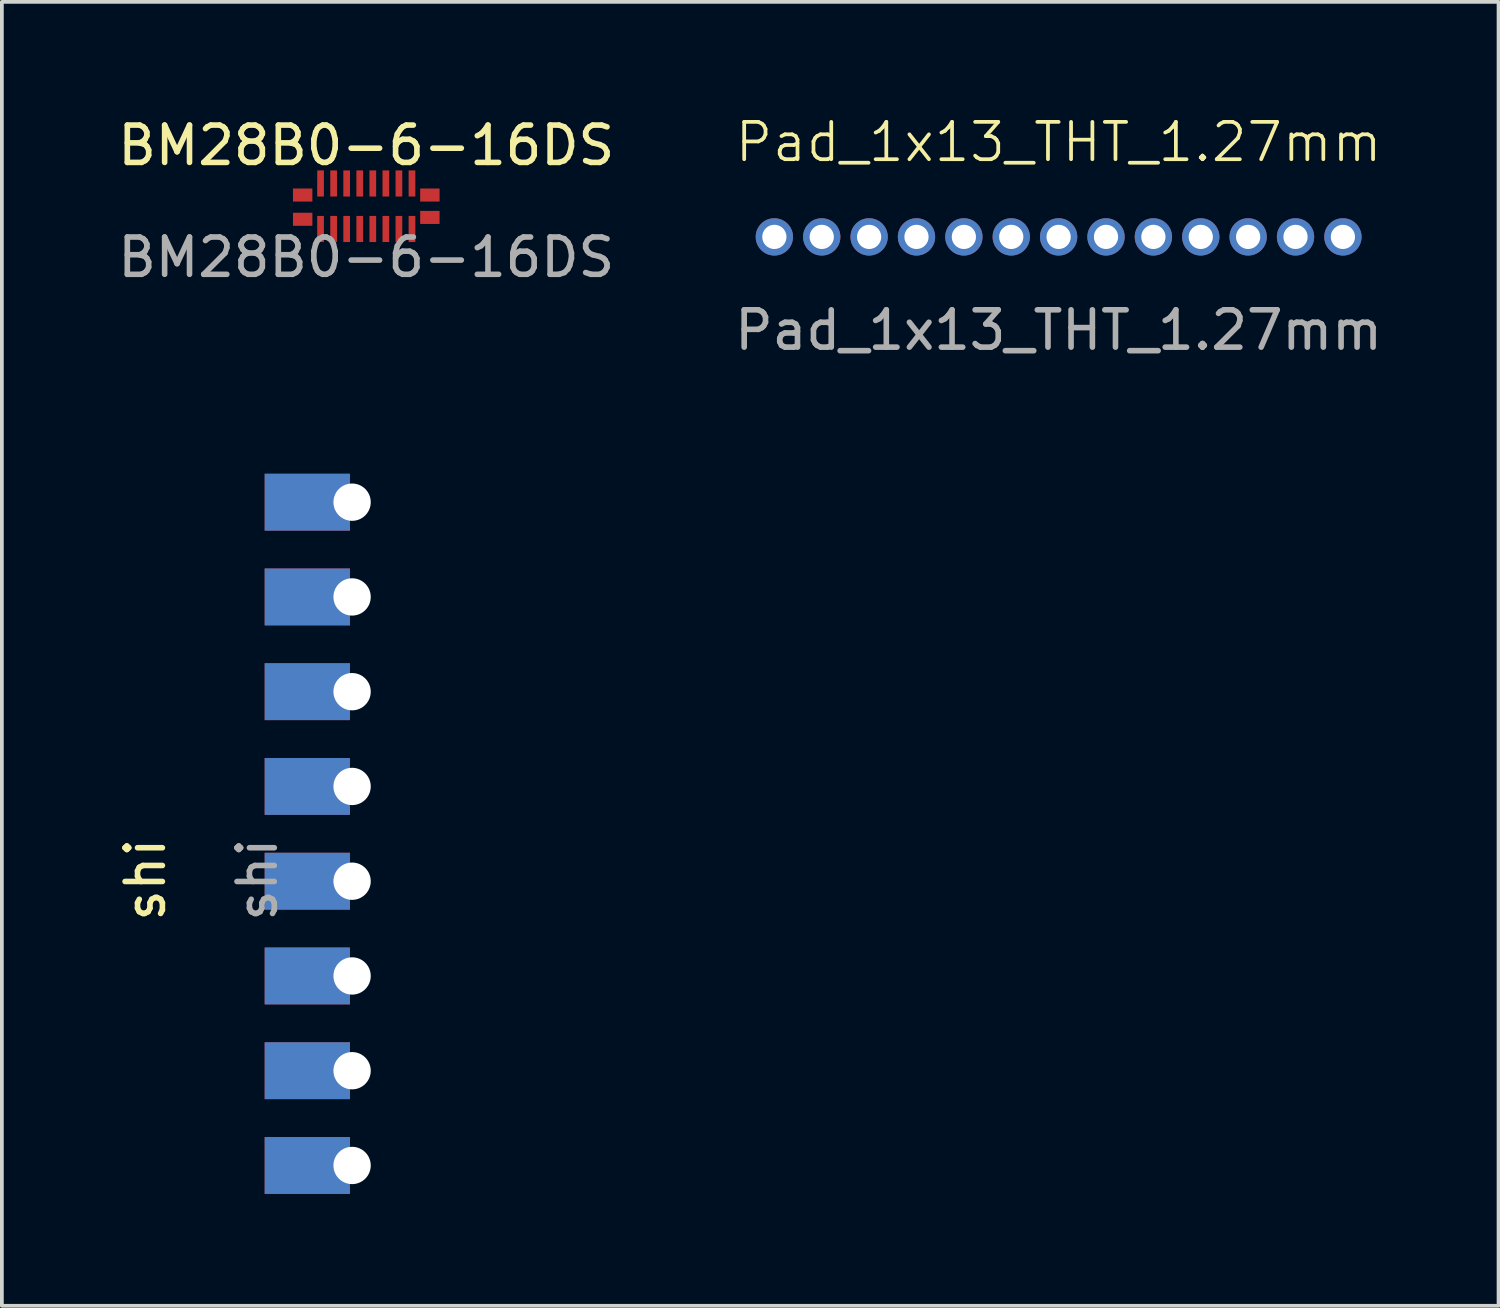
<source format=kicad_pcb>
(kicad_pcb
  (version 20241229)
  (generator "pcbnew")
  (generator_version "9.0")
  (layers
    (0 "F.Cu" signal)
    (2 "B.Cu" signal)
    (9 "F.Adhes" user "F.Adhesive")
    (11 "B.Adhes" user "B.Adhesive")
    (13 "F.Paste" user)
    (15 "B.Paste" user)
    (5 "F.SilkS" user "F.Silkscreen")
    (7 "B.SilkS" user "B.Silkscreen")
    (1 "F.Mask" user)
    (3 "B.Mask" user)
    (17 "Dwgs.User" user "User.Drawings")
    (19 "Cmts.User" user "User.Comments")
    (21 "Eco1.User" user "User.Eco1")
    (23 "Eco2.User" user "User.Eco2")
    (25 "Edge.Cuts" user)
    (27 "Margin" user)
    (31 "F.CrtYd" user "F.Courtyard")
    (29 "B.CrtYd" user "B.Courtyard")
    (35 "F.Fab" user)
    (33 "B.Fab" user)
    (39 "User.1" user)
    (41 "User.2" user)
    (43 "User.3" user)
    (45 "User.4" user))
  (footprint "BM28B0-6-16DS"
    (layer "F.Cu")
    (at 6.768 2.478)
    (property "Reference" "BM28B0-6-16DS" (at 0 -1.63 0) (unlocked yes) (layer "F.SilkS") (effects (font (size 1 1) (thickness 0.15))))
    (attr smd)
    (fp_text user "${REFERENCE}" (at 0 1.37 0) (unlocked yes) (layer "F.Fab") (effects (font (size 1 1) (thickness 0.15))))
    (pad "1" smd rect (at -1.225 -0.61 90) (size 0.7 0.18) (layers "F.Cu" "F.Mask" "F.Paste"))
    (pad "2" smd rect (at -0.875 -0.61 90) (size 0.7 0.18) (layers "F.Cu" "F.Mask" "F.Paste"))
    (pad "3" smd rect (at -0.525 -0.61 90) (size 0.7 0.18) (layers "F.Cu" "F.Mask" "F.Paste"))
    (pad "4" smd rect (at -0.175 -0.61 90) (size 0.7 0.18) (layers "F.Cu" "F.Mask" "F.Paste"))
    (pad "5" smd rect (at 0.175 -0.61 90) (size 0.7 0.18) (layers "F.Cu" "F.Mask" "F.Paste"))
    (pad "6" smd rect (at 0.525 -0.61 90) (size 0.7 0.18) (layers "F.Cu" "F.Mask" "F.Paste"))
    (pad "7" smd rect (at 0.875 -0.61 90) (size 0.7 0.18) (layers "F.Cu" "F.Mask" "F.Paste"))
    (pad "8" smd rect (at 1.225 -0.61 90) (size 0.7 0.18) (layers "F.Cu" "F.Mask" "F.Paste"))
    (pad "9" smd rect (at 1.225 0.61 90) (size 0.7 0.18) (layers "F.Cu" "F.Mask" "F.Paste"))
    (pad "10" smd rect (at 0.875 0.61 90) (size 0.7 0.18) (layers "F.Cu" "F.Mask" "F.Paste"))
    (pad "11" smd rect (at 0.525 0.61 90) (size 0.7 0.18) (layers "F.Cu" "F.Mask" "F.Paste"))
    (pad "12" smd rect (at 0.175 0.61 90) (size 0.7 0.18) (layers "F.Cu" "F.Mask" "F.Paste"))
    (pad "13" smd rect (at -0.175 0.61 90) (size 0.7 0.18) (layers "F.Cu" "F.Mask" "F.Paste"))
    (pad "14" smd rect (at -0.525 0.61 90) (size 0.7 0.18) (layers "F.Cu" "F.Mask" "F.Paste"))
    (pad "15" smd rect (at -0.875 0.61 90) (size 0.7 0.18) (layers "F.Cu" "F.Mask" "F.Paste"))
    (pad "16" smd rect (at -1.225 0.61 90) (size 0.7 0.18) (layers "F.Cu" "F.Mask" "F.Paste"))
    (pad "17" smd rect (at -1.705 -0.3 180) (size 0.52 0.35) (layers "F.Cu" "F.Mask" "F.Paste"))
    (pad "17" smd rect (at -1.705 0.35 180) (size 0.52 0.35) (layers "F.Cu" "F.Mask" "F.Paste"))
    (pad "18" smd rect (at 1.705 -0.3 180) (size 0.52 0.35) (layers "F.Cu" "F.Mask" "F.Paste"))
    (pad "18" smd rect (at 1.705 0.3 180) (size 0.52 0.35) (layers "F.Cu" "F.Mask" "F.Paste")))
  (footprint "shi"
    (layer "F.Cu")
    (at 6.388 18.031)
    (property "Reference" "shi" (at -5.54 2.5 90) (unlocked yes) (layer "F.SilkS") (effects (font (size 1 1) (thickness 0.15))))
    (attr smd)
    (fp_text user "${REFERENCE}" (at -2.54 2.5 90) (unlocked yes) (layer "F.Fab") (effects (font (size 1 1) (thickness 0.15))))
    (pad "1" thru_hole roundrect (at 0 -7.62 180) (size 2.286 1.524) (drill 1 (offset 1.2 0)) (property pad_prop_castellated) (layers "*.Cu" "*.Mask") (roundrect_rratio 0) (chamfer_ratio 0.2) (chamfer))
    (pad "2" thru_hole roundrect (at 0 -5.08 180) (size 2.286 1.524) (drill 1 (offset 1.2 0)) (property pad_prop_castellated) (layers "*.Cu" "*.Mask") (roundrect_rratio 0) (chamfer_ratio 0.2) (chamfer))
    (pad "3" thru_hole roundrect (at 0 -2.54 180) (size 2.286 1.524) (drill 1 (offset 1.2 0)) (property pad_prop_castellated) (layers "*.Cu" "*.Mask") (roundrect_rratio 0) (chamfer_ratio 0.2) (chamfer))
    (pad "4" thru_hole roundrect (at 0 0 180) (size 2.286 1.524) (drill 1 (offset 1.2 0)) (property pad_prop_castellated) (layers "*.Cu" "*.Mask") (roundrect_rratio 0) (chamfer_ratio 0.2) (chamfer))
    (pad "5" thru_hole roundrect (at 0 2.54 180) (size 2.286 1.524) (drill 1 (offset 1.2 0)) (property pad_prop_castellated) (layers "*.Cu" "*.Mask") (roundrect_rratio 0) (chamfer_ratio 0.2) (chamfer))
    (pad "6" thru_hole roundrect (at 0 5.08 180) (size 2.286 1.524) (drill 1 (offset 1.2 0)) (property pad_prop_castellated) (layers "*.Cu" "*.Mask") (roundrect_rratio 0) (chamfer_ratio 0.2) (chamfer))
    (pad "7" thru_hole roundrect (at 0 7.62 180) (size 2.286 1.524) (drill 1 (offset 1.2 0)) (property pad_prop_castellated) (layers "*.Cu" "*.Mask") (roundrect_rratio 0) (chamfer_ratio 0.2) (chamfer))
    (pad "8" thru_hole roundrect (at 0 10.16 180) (size 2.286 1.524) (drill 1 (offset 1.2 0)) (property pad_prop_castellated) (layers "*.Cu" "*.Mask") (roundrect_rratio 0) (chamfer_ratio 0.2) (chamfer)))
  (footprint "Pad_1x13_THT_1.27mm"
    (layer "F.Cu")
    (at 25.327 3.3)
    (property "Reference" "Pad_1x13_THT_1.27mm" (at 0 -2.54 0) (unlocked yes) (layer "F.SilkS") (effects (font (size 1 1) (thickness 0.1))))
    (attr through_hole)
    (fp_text user "${REFERENCE}" (at 0 2.5 0) (unlocked yes) (layer "F.Fab") (effects (font (size 1 1) (thickness 0.15))))
    (pad "1" thru_hole circle (at -7.62 0) (size 1 1) (drill 0.65) (layers "*.Cu" "*.Mask"))
    (pad "2" thru_hole circle (at -6.35 0) (size 1 1) (drill 0.65) (layers "*.Cu" "*.Mask"))
    (pad "3" thru_hole circle (at -5.08 0) (size 1 1) (drill 0.65) (layers "*.Cu" "*.Mask"))
    (pad "4" thru_hole circle (at -3.81 0) (size 1 1) (drill 0.65) (layers "*.Cu" "*.Mask"))
    (pad "5" thru_hole circle (at -2.54 0) (size 1 1) (drill 0.65) (layers "*.Cu" "*.Mask"))
    (pad "6" thru_hole circle (at -1.27 0) (size 1 1) (drill 0.65) (layers "*.Cu" "*.Mask"))
    (pad "7" thru_hole circle (at 0 0) (size 1 1) (drill 0.65) (layers "*.Cu" "*.Mask"))
    (pad "8" thru_hole circle (at 1.27 0) (size 1 1) (drill 0.65) (layers "*.Cu" "*.Mask"))
    (pad "9" thru_hole circle (at 2.54 0) (size 1 1) (drill 0.65) (layers "*.Cu" "*.Mask"))
    (pad "10" thru_hole circle (at 3.81 0) (size 1 1) (drill 0.65) (layers "*.Cu" "*.Mask"))
    (pad "11" thru_hole circle (at 5.08 0) (size 1 1) (drill 0.65) (layers "*.Cu" "*.Mask"))
    (pad "12" thru_hole circle (at 6.35 0) (size 1 1) (drill 0.65) (layers "*.Cu" "*.Mask"))
    (pad "13" thru_hole circle (at 7.62 0) (size 1 1) (drill 0.65) (layers "*.Cu" "*.Mask")))
  (gr_rect
    (start -3 -3)
    (end 37.119 31.953)
    (stroke (width 0.1) (type default))
    (fill no)
    (layer "Edge.Cuts")))
</source>
